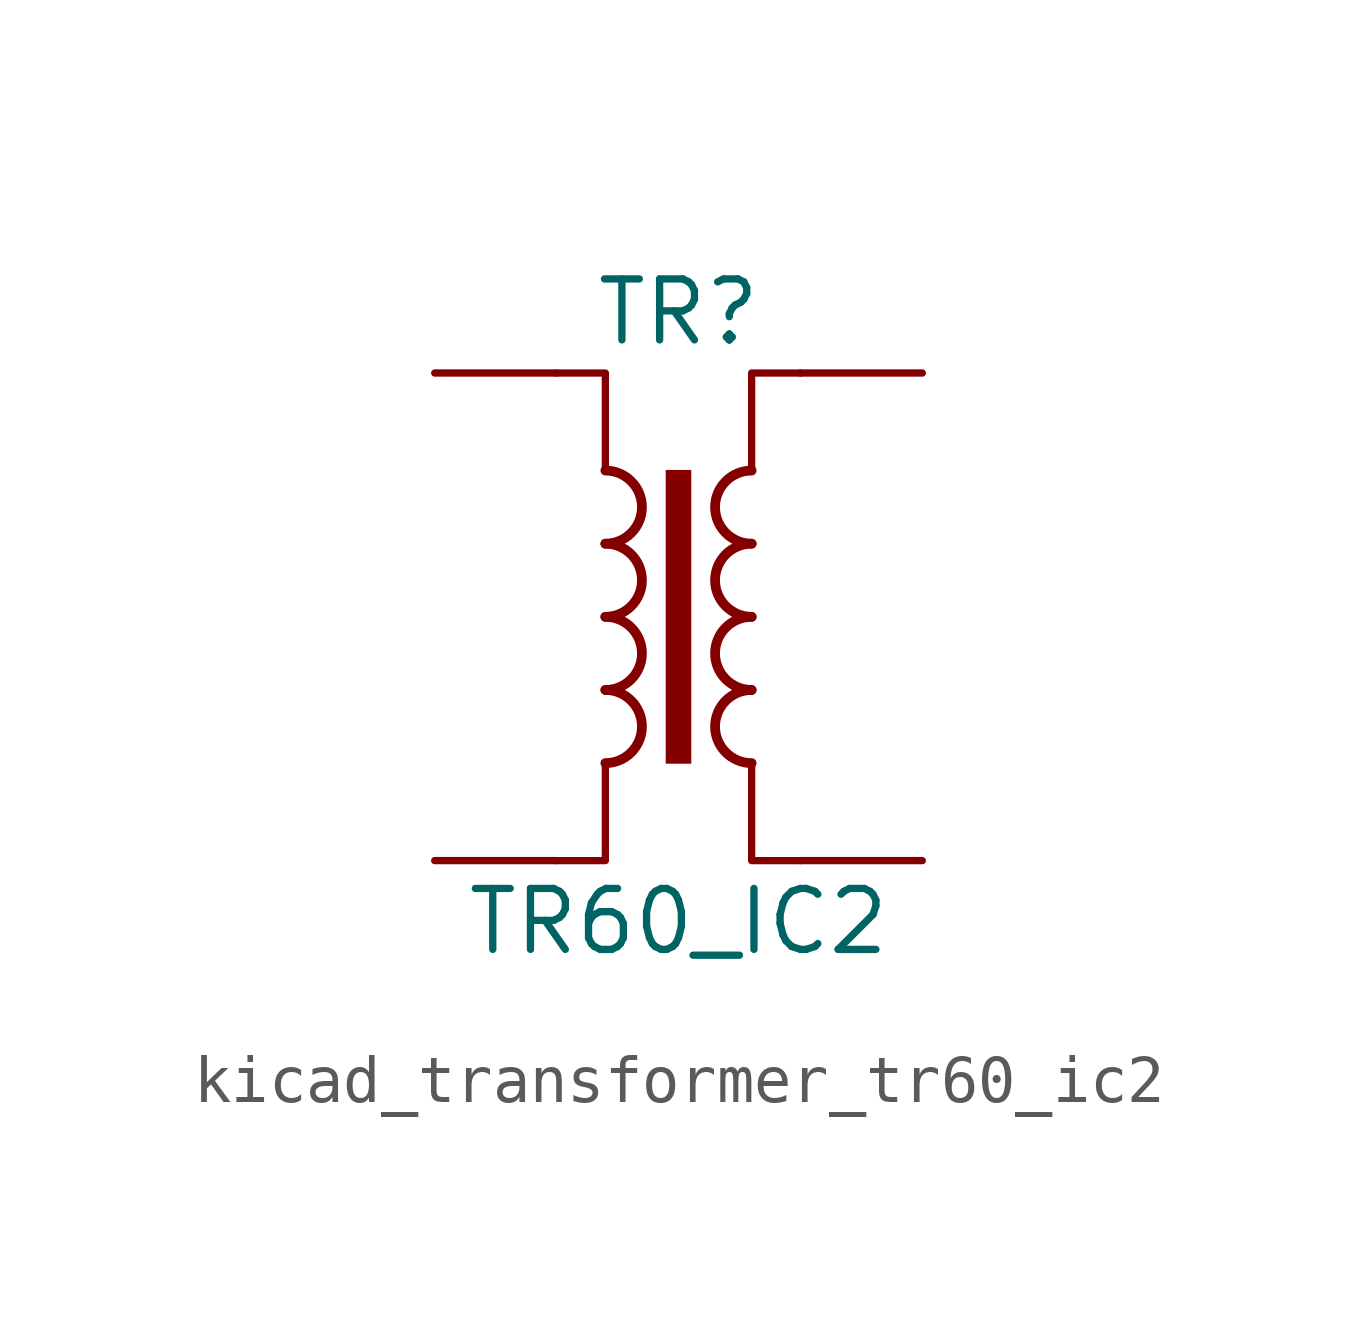
<source format=kicad_sym>
(kicad_symbol_lib
  (version 20220914)
  (generator kicad_symbol_editor)
  (symbol "kicad_transformer_tr60_ic2"
    (pin_numbers hide)
    (pin_names
      (offset 0))
    (property "Reference" "TR"
      (at 0 6.35 0)
      (effects (font (size 1.27 1.27))))
    (property "Value" "TR60_IC2"
      (at 0 -6.35 0)
      (effects (font (size 1.27 1.27))))
    (symbol "kicad_transformer_tr60_ic2_0_1"
      (arc (start -1.524 -3.048) (mid -0.7653 -2.286) (end -1.524 -1.524) (stroke (width 0.2032) (type default)) (fill (type none)))
      (arc (start -1.524 -1.524) (mid -0.7653 -0.762) (end -1.524 0) (stroke (width 0.2032) (type default)) (fill (type none)))
      (arc (start -1.524 0) (mid -0.7653 0.762) (end -1.524 1.524) (stroke (width 0.2032) (type default)) (fill (type none)))
      (arc (start -1.524 1.524) (mid -0.7653 2.286) (end -1.524 3.048) (stroke (width 0.2032) (type default)) (fill (type none)))
      (rectangle (start -0.254 3.048) (end 0.254 -3.048) (stroke (width 0.025) (type default)) (fill (type outline)))
      (polyline (pts (xy -2.54 5.08) (xy -1.524 5.08) (xy -1.524 3.048) (xy -1.524 3.048)) (stroke (width 0.152) (type default)) (fill (type none)))
      (polyline (pts (xy -1.524 -3.048) (xy -1.524 -5.08) (xy -2.54 -5.08) (xy -2.54 -5.08)) (stroke (width 0.152) (type default)) (fill (type none)))
      (polyline (pts (xy 1.524 3.048) (xy 1.524 5.08) (xy 2.54 5.08) (xy 2.54 5.08)) (stroke (width 0.152) (type default)) (fill (type none)))
      (polyline (pts (xy 2.54 -5.08) (xy 1.524 -5.08) (xy 1.524 -3.048) (xy 1.524 -3.048)) (stroke (width 0.152) (type default)) (fill (type none)))
      (arc (start 1.524 -1.524) (mid 0.7653 -2.286) (end 1.524 -3.048) (stroke (width 0.2032) (type default)) (fill (type none)))
      (arc (start 1.524 0) (mid 0.7653 -0.762) (end 1.524 -1.524) (stroke (width 0.2032) (type default)) (fill (type none)))
      (arc (start 1.524 1.524) (mid 0.7653 0.762) (end 1.524 0) (stroke (width 0.2032) (type default)) (fill (type none)))
      (arc (start 1.524 3.048) (mid 0.7653 2.286) (end 1.524 1.524) (stroke (width 0.2032) (type default)) (fill (type none))))
    (symbol "kicad_transformer_tr60_ic2_1_1"
      (pin passive line (at -5.08 5.08 0) (length 2.54) (name "~" (effects (font (size 1.27 1.27)))) (number "1" (effects (font (size 1.27 1.27)))))
      (pin passive line (at -5.08 -5.08 0) (length 2.54) (name "~" (effects (font (size 1.27 1.27)))) (number "2" (effects (font (size 1.27 1.27)))))
      (pin passive line (at 5.08 5.08 180) (length 2.54) (name "~" (effects (font (size 1.27 1.27)))) (number "3" (effects (font (size 1.27 1.27)))))
      (pin passive line (at 5.08 -5.08 180) (length 2.54) (name "~" (effects (font (size 1.27 1.27)))) (number "4" (effects (font (size 1.27 1.27))))))))
</source>
